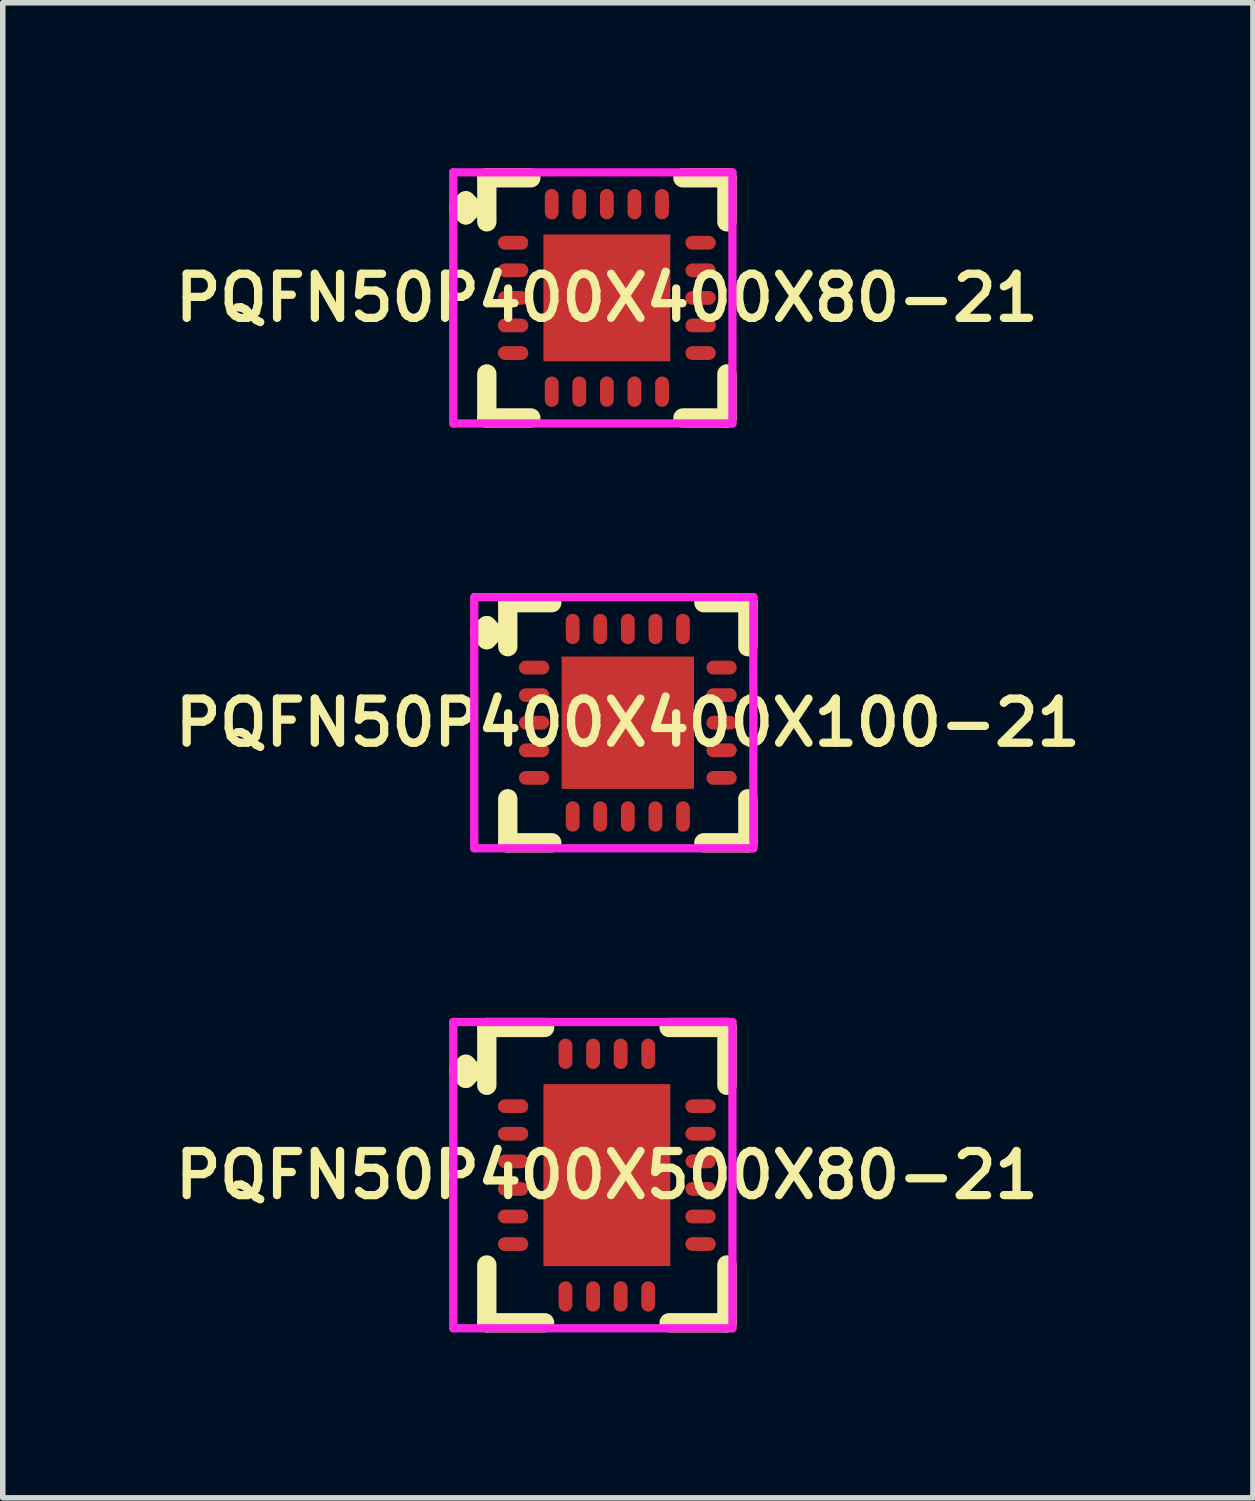
<source format=kicad_pcb>
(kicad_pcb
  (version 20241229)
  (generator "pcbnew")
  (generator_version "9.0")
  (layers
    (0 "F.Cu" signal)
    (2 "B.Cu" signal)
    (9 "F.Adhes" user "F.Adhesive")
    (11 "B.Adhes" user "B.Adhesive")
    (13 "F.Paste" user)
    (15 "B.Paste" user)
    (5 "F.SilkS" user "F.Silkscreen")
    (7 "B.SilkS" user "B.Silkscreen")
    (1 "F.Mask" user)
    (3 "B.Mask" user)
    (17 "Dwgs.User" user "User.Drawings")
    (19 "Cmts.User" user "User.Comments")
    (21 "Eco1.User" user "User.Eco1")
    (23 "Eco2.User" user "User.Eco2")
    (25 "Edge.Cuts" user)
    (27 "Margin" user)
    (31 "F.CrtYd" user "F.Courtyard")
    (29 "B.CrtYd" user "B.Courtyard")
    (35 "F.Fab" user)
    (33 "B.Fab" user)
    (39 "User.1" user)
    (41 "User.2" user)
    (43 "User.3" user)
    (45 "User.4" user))
  (footprint "PQFN50P400X500X80-21"
    (layer "F.Cu")
    (at 7.955 18.26)
    (property "Reference" "PQFN50P400X500X80-21" (at 0 0 0) (layer "F.SilkS") (effects (font (size 0.8 0.8) (thickness 0.15))))
    (attr smd)
    (fp_line (start -2.685 -1.883) (end -2.558 -2.01) (stroke (width 0.35) (type solid)) (layer "F.SilkS"))
    (fp_line (start -2.558 -2.01) (end -2.431 -1.883) (stroke (width 0.35) (type solid)) (layer "F.SilkS"))
    (fp_line (start -2.558 -1.756) (end -2.685 -1.883) (stroke (width 0.35) (type solid)) (layer "F.SilkS"))
    (fp_line (start -2.431 -1.883) (end -2.558 -1.756) (stroke (width 0.35) (type solid)) (layer "F.SilkS"))
    (fp_line (start -2.177 -2.677) (end -1.129 -2.677) (stroke (width 0.35) (type solid)) (layer "F.SilkS"))
    (fp_line (start -2.177 -1.629) (end -2.177 -2.677) (stroke (width 0.35) (type solid)) (layer "F.SilkS"))
    (fp_line (start -2.177 1.629) (end -2.177 2.677) (stroke (width 0.35) (type solid)) (layer "F.SilkS"))
    (fp_line (start -2.177 2.677) (end -1.129 2.677) (stroke (width 0.35) (type solid)) (layer "F.SilkS"))
    (fp_line (start 1.129 -2.677) (end 2.177 -2.677) (stroke (width 0.35) (type solid)) (layer "F.SilkS"))
    (fp_line (start 1.129 2.677) (end 2.177 2.677) (stroke (width 0.35) (type solid)) (layer "F.SilkS"))
    (fp_line (start 2.177 -2.677) (end 2.177 -1.629) (stroke (width 0.35) (type solid)) (layer "F.SilkS"))
    (fp_line (start 2.177 2.677) (end 2.177 1.629) (stroke (width 0.35) (type solid)) (layer "F.SilkS"))
    (fp_line (start -2.785 -2.777) (end 2.277 -2.777) (stroke (width 0.15) (type solid)) (layer "F.CrtYd"))
    (fp_line (start -2.785 2.777) (end -2.785 -2.777) (stroke (width 0.15) (type solid)) (layer "F.CrtYd"))
    (fp_line (start 2.277 -2.777) (end 2.277 2.777) (stroke (width 0.15) (type solid)) (layer "F.CrtYd"))
    (fp_line (start 2.277 2.777) (end -2.785 2.777) (stroke (width 0.15) (type solid)) (layer "F.CrtYd"))
    (pad "1" smd oval (at -1.7 -1.25) (size 0.55 0.25) (layers "F.Cu" "F.Mask" "F.Paste"))
    (pad "2" smd oval (at -1.7 -0.75) (size 0.55 0.25) (layers "F.Cu" "F.Mask" "F.Paste"))
    (pad "3" smd oval (at -1.7 -0.25) (size 0.55 0.25) (layers "F.Cu" "F.Mask" "F.Paste"))
    (pad "4" smd oval (at -1.7 0.25) (size 0.55 0.25) (layers "F.Cu" "F.Mask" "F.Paste"))
    (pad "5" smd oval (at -1.7 0.75) (size 0.55 0.25) (layers "F.Cu" "F.Mask" "F.Paste"))
    (pad "6" smd oval (at -1.7 1.25) (size 0.55 0.25) (layers "F.Cu" "F.Mask" "F.Paste"))
    (pad "7" smd oval (at -0.75 2.2) (size 0.25 0.55) (layers "F.Cu" "F.Mask" "F.Paste"))
    (pad "8" smd oval (at -0.25 2.2) (size 0.25 0.55) (layers "F.Cu" "F.Mask" "F.Paste"))
    (pad "9" smd oval (at 0.25 2.2) (size 0.25 0.55) (layers "F.Cu" "F.Mask" "F.Paste"))
    (pad "10" smd oval (at 0.75 2.2) (size 0.25 0.55) (layers "F.Cu" "F.Mask" "F.Paste"))
    (pad "11" smd oval (at 1.7 1.25) (size 0.55 0.25) (layers "F.Cu" "F.Mask" "F.Paste"))
    (pad "12" smd oval (at 1.7 0.75) (size 0.55 0.25) (layers "F.Cu" "F.Mask" "F.Paste"))
    (pad "13" smd oval (at 1.7 0.25) (size 0.55 0.25) (layers "F.Cu" "F.Mask" "F.Paste"))
    (pad "14" smd oval (at 1.7 -0.25) (size 0.55 0.25) (layers "F.Cu" "F.Mask" "F.Paste"))
    (pad "15" smd oval (at 1.7 -0.75) (size 0.55 0.25) (layers "F.Cu" "F.Mask" "F.Paste"))
    (pad "16" smd oval (at 1.7 -1.25) (size 0.55 0.25) (layers "F.Cu" "F.Mask" "F.Paste"))
    (pad "17" smd oval (at 0.75 -2.2) (size 0.25 0.55) (layers "F.Cu" "F.Mask" "F.Paste"))
    (pad "18" smd oval (at 0.25 -2.2) (size 0.25 0.55) (layers "F.Cu" "F.Mask" "F.Paste"))
    (pad "19" smd oval (at -0.25 -2.2) (size 0.25 0.55) (layers "F.Cu" "F.Mask" "F.Paste"))
    (pad "20" smd oval (at -0.75 -2.2) (size 0.25 0.55) (layers "F.Cu" "F.Mask" "F.Paste"))
    (pad "21" smd rect (at 0 0) (size 2.3 3.3) (layers "F.Cu" "F.Mask" "F.Paste")))
  (footprint "PQFN50P400X400X100-21"
    (layer "F.Cu")
    (at 8.335 10.056)
    (property "Reference" "PQFN50P400X400X100-21" (at 0 0 0) (layer "F.SilkS") (effects (font (size 0.8 0.8) (thickness 0.15))))
    (attr smd)
    (fp_line (start -2.685 -1.633) (end -2.558 -1.76) (stroke (width 0.35) (type solid)) (layer "F.SilkS"))
    (fp_line (start -2.558 -1.76) (end -2.431 -1.633) (stroke (width 0.35) (type solid)) (layer "F.SilkS"))
    (fp_line (start -2.558 -1.506) (end -2.685 -1.633) (stroke (width 0.35) (type solid)) (layer "F.SilkS"))
    (fp_line (start -2.431 -1.633) (end -2.558 -1.506) (stroke (width 0.35) (type solid)) (layer "F.SilkS"))
    (fp_line (start -2.177 -2.177) (end -1.379 -2.177) (stroke (width 0.35) (type solid)) (layer "F.SilkS"))
    (fp_line (start -2.177 -1.379) (end -2.177 -2.177) (stroke (width 0.35) (type solid)) (layer "F.SilkS"))
    (fp_line (start -2.177 1.379) (end -2.177 2.177) (stroke (width 0.35) (type solid)) (layer "F.SilkS"))
    (fp_line (start -2.177 2.177) (end -1.379 2.177) (stroke (width 0.35) (type solid)) (layer "F.SilkS"))
    (fp_line (start 1.379 -2.177) (end 2.177 -2.177) (stroke (width 0.35) (type solid)) (layer "F.SilkS"))
    (fp_line (start 1.379 2.177) (end 2.177 2.177) (stroke (width 0.35) (type solid)) (layer "F.SilkS"))
    (fp_line (start 2.177 -2.177) (end 2.177 -1.379) (stroke (width 0.35) (type solid)) (layer "F.SilkS"))
    (fp_line (start 2.177 2.177) (end 2.177 1.379) (stroke (width 0.35) (type solid)) (layer "F.SilkS"))
    (fp_line (start -2.785 -2.277) (end 2.277 -2.277) (stroke (width 0.15) (type solid)) (layer "F.CrtYd"))
    (fp_line (start -2.785 2.277) (end -2.785 -2.277) (stroke (width 0.15) (type solid)) (layer "F.CrtYd"))
    (fp_line (start 2.277 -2.277) (end 2.277 2.277) (stroke (width 0.15) (type solid)) (layer "F.CrtYd"))
    (fp_line (start 2.277 2.277) (end -2.785 2.277) (stroke (width 0.15) (type solid)) (layer "F.CrtYd"))
    (pad "1" smd oval (at -1.7 -1) (size 0.55 0.25) (layers "F.Cu" "F.Mask" "F.Paste"))
    (pad "2" smd oval (at -1.7 -0.5) (size 0.55 0.25) (layers "F.Cu" "F.Mask" "F.Paste"))
    (pad "3" smd oval (at -1.7 0) (size 0.55 0.25) (layers "F.Cu" "F.Mask" "F.Paste"))
    (pad "4" smd oval (at -1.7 0.5) (size 0.55 0.25) (layers "F.Cu" "F.Mask" "F.Paste"))
    (pad "5" smd oval (at -1.7 1) (size 0.55 0.25) (layers "F.Cu" "F.Mask" "F.Paste"))
    (pad "6" smd oval (at -1 1.7) (size 0.25 0.55) (layers "F.Cu" "F.Mask" "F.Paste"))
    (pad "7" smd oval (at -0.5 1.7) (size 0.25 0.55) (layers "F.Cu" "F.Mask" "F.Paste"))
    (pad "8" smd oval (at 0 1.7) (size 0.25 0.55) (layers "F.Cu" "F.Mask" "F.Paste"))
    (pad "9" smd oval (at 0.5 1.7) (size 0.25 0.55) (layers "F.Cu" "F.Mask" "F.Paste"))
    (pad "10" smd oval (at 1 1.7) (size 0.25 0.55) (layers "F.Cu" "F.Mask" "F.Paste"))
    (pad "11" smd oval (at 1.7 1) (size 0.55 0.25) (layers "F.Cu" "F.Mask" "F.Paste"))
    (pad "12" smd oval (at 1.7 0.5) (size 0.55 0.25) (layers "F.Cu" "F.Mask" "F.Paste"))
    (pad "13" smd oval (at 1.7 0) (size 0.55 0.25) (layers "F.Cu" "F.Mask" "F.Paste"))
    (pad "14" smd oval (at 1.7 -0.5) (size 0.55 0.25) (layers "F.Cu" "F.Mask" "F.Paste"))
    (pad "15" smd oval (at 1.7 -1) (size 0.55 0.25) (layers "F.Cu" "F.Mask" "F.Paste"))
    (pad "16" smd oval (at 1 -1.7) (size 0.25 0.55) (layers "F.Cu" "F.Mask" "F.Paste"))
    (pad "17" smd oval (at 0.5 -1.7) (size 0.25 0.55) (layers "F.Cu" "F.Mask" "F.Paste"))
    (pad "18" smd oval (at 0 -1.7) (size 0.25 0.55) (layers "F.Cu" "F.Mask" "F.Paste"))
    (pad "19" smd oval (at -0.5 -1.7) (size 0.25 0.55) (layers "F.Cu" "F.Mask" "F.Paste"))
    (pad "20" smd oval (at -1 -1.7) (size 0.25 0.55) (layers "F.Cu" "F.Mask" "F.Paste"))
    (pad "21" smd rect (at 0 0) (size 2.4 2.4) (layers "F.Cu" "F.Mask" "F.Paste")))
  (footprint "PQFN50P400X400X80-21"
    (layer "F.Cu")
    (at 7.955 2.352)
    (property "Reference" "PQFN50P400X400X80-21" (at 0 0 0) (layer "F.SilkS") (effects (font (size 0.8 0.8) (thickness 0.15))))
    (attr smd)
    (fp_line (start -2.685 -1.633) (end -2.558 -1.76) (stroke (width 0.35) (type solid)) (layer "F.SilkS"))
    (fp_line (start -2.558 -1.76) (end -2.431 -1.633) (stroke (width 0.35) (type solid)) (layer "F.SilkS"))
    (fp_line (start -2.558 -1.506) (end -2.685 -1.633) (stroke (width 0.35) (type solid)) (layer "F.SilkS"))
    (fp_line (start -2.431 -1.633) (end -2.558 -1.506) (stroke (width 0.35) (type solid)) (layer "F.SilkS"))
    (fp_line (start -2.177 -2.177) (end -1.379 -2.177) (stroke (width 0.35) (type solid)) (layer "F.SilkS"))
    (fp_line (start -2.177 -1.379) (end -2.177 -2.177) (stroke (width 0.35) (type solid)) (layer "F.SilkS"))
    (fp_line (start -2.177 1.379) (end -2.177 2.177) (stroke (width 0.35) (type solid)) (layer "F.SilkS"))
    (fp_line (start -2.177 2.177) (end -1.379 2.177) (stroke (width 0.35) (type solid)) (layer "F.SilkS"))
    (fp_line (start 1.379 -2.177) (end 2.177 -2.177) (stroke (width 0.35) (type solid)) (layer "F.SilkS"))
    (fp_line (start 1.379 2.177) (end 2.177 2.177) (stroke (width 0.35) (type solid)) (layer "F.SilkS"))
    (fp_line (start 2.177 -2.177) (end 2.177 -1.379) (stroke (width 0.35) (type solid)) (layer "F.SilkS"))
    (fp_line (start 2.177 2.177) (end 2.177 1.379) (stroke (width 0.35) (type solid)) (layer "F.SilkS"))
    (fp_line (start -2.785 -2.277) (end 2.277 -2.277) (stroke (width 0.15) (type solid)) (layer "F.CrtYd"))
    (fp_line (start -2.785 2.277) (end -2.785 -2.277) (stroke (width 0.15) (type solid)) (layer "F.CrtYd"))
    (fp_line (start 2.277 -2.277) (end 2.277 2.277) (stroke (width 0.15) (type solid)) (layer "F.CrtYd"))
    (fp_line (start 2.277 2.277) (end -2.785 2.277) (stroke (width 0.15) (type solid)) (layer "F.CrtYd"))
    (pad "1" smd oval (at -1.7 -1) (size 0.55 0.25) (layers "F.Cu" "F.Mask" "F.Paste"))
    (pad "2" smd oval (at -1.7 -0.5) (size 0.55 0.25) (layers "F.Cu" "F.Mask" "F.Paste"))
    (pad "3" smd oval (at -1.7 0) (size 0.55 0.25) (layers "F.Cu" "F.Mask" "F.Paste"))
    (pad "4" smd oval (at -1.7 0.5) (size 0.55 0.25) (layers "F.Cu" "F.Mask" "F.Paste"))
    (pad "5" smd oval (at -1.7 1) (size 0.55 0.25) (layers "F.Cu" "F.Mask" "F.Paste"))
    (pad "6" smd oval (at -1 1.7) (size 0.25 0.55) (layers "F.Cu" "F.Mask" "F.Paste"))
    (pad "7" smd oval (at -0.5 1.7) (size 0.25 0.55) (layers "F.Cu" "F.Mask" "F.Paste"))
    (pad "8" smd oval (at 0 1.7) (size 0.25 0.55) (layers "F.Cu" "F.Mask" "F.Paste"))
    (pad "9" smd oval (at 0.5 1.7) (size 0.25 0.55) (layers "F.Cu" "F.Mask" "F.Paste"))
    (pad "10" smd oval (at 1 1.7) (size 0.25 0.55) (layers "F.Cu" "F.Mask" "F.Paste"))
    (pad "11" smd oval (at 1.7 1) (size 0.55 0.25) (layers "F.Cu" "F.Mask" "F.Paste"))
    (pad "12" smd oval (at 1.7 0.5) (size 0.55 0.25) (layers "F.Cu" "F.Mask" "F.Paste"))
    (pad "13" smd oval (at 1.7 0) (size 0.55 0.25) (layers "F.Cu" "F.Mask" "F.Paste"))
    (pad "14" smd oval (at 1.7 -0.5) (size 0.55 0.25) (layers "F.Cu" "F.Mask" "F.Paste"))
    (pad "15" smd oval (at 1.7 -1) (size 0.55 0.25) (layers "F.Cu" "F.Mask" "F.Paste"))
    (pad "16" smd oval (at 1 -1.7) (size 0.25 0.55) (layers "F.Cu" "F.Mask" "F.Paste"))
    (pad "17" smd oval (at 0.5 -1.7) (size 0.25 0.55) (layers "F.Cu" "F.Mask" "F.Paste"))
    (pad "18" smd oval (at 0 -1.7) (size 0.25 0.55) (layers "F.Cu" "F.Mask" "F.Paste"))
    (pad "19" smd oval (at -0.5 -1.7) (size 0.25 0.55) (layers "F.Cu" "F.Mask" "F.Paste"))
    (pad "20" smd oval (at -1 -1.7) (size 0.25 0.55) (layers "F.Cu" "F.Mask" "F.Paste"))
    (pad "21" smd rect (at 0 0) (size 2.3 2.3) (layers "F.Cu" "F.Mask" "F.Paste")))
  (gr_rect
    (start -3 -3)
    (end 19.671 24.112)
    (stroke (width 0.1) (type default))
    (fill no)
    (layer "Edge.Cuts")))
</source>
